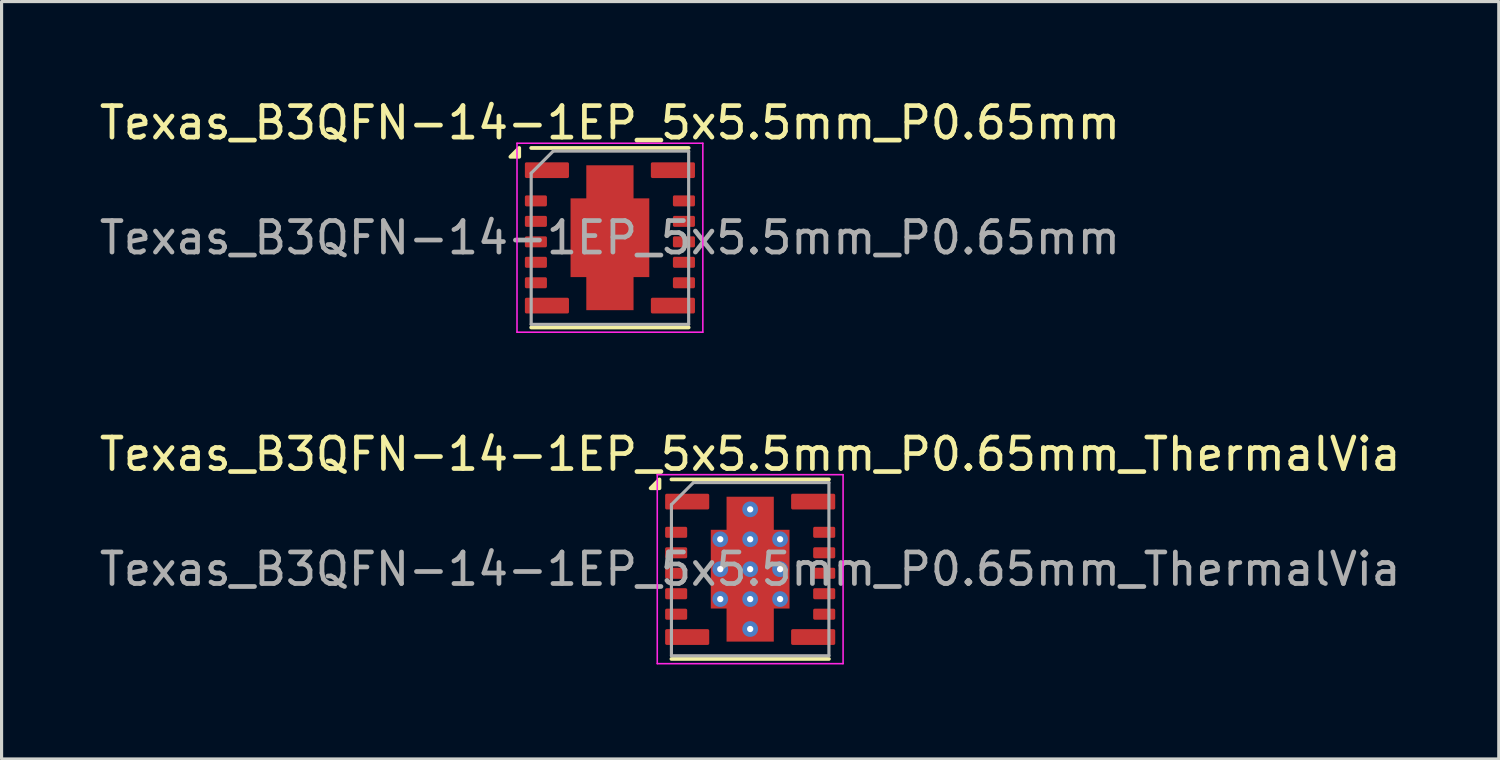
<source format=kicad_pcb>
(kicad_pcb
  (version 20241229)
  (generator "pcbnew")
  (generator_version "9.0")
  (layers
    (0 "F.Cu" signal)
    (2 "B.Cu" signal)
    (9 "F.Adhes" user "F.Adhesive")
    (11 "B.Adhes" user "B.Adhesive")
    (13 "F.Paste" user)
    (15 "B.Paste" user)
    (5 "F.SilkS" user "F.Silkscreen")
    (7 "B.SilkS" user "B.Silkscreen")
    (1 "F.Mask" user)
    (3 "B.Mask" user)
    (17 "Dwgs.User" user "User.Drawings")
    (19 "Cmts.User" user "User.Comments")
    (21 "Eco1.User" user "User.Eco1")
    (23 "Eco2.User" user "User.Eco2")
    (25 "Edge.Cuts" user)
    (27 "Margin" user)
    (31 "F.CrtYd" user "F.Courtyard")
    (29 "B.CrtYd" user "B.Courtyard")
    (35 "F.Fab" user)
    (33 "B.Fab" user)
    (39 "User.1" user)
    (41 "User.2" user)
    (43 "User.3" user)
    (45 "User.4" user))
  (footprint "Texas_B3QFN-14-1EP_5x5.5mm_P0.65mm_ThermalVia"
    (layer "F.Cu")
    (at 20.768 15.021)
    (property "Reference" "Texas_B3QFN-14-1EP_5x5.5mm_P0.65mm_ThermalVia" (at 0 -3.65 0) (layer "F.SilkS") (effects (font (size 1 1) (thickness 0.15))))
    (attr smd)
    (fp_line (start 2.5 -2.85) (end -2.5 -2.85) (stroke (width 0.12) (type solid)) (layer "F.SilkS"))
    (fp_line (start 2.5 2.85) (end -2.5 2.85) (stroke (width 0.12) (type solid)) (layer "F.SilkS"))
    (fp_poly (pts (xy -2.88 -2.57) (xy -3.16 -2.57) (xy -2.88 -2.85) (xy -2.88 -2.57)) (stroke (width 0.12) (type solid)) (fill yes) (layer "F.SilkS"))
    (fp_line (start -2.95 -3) (end 2.95 -3) (stroke (width 0.05) (type solid)) (layer "F.CrtYd"))
    (fp_line (start -2.95 3) (end -2.95 -3) (stroke (width 0.05) (type solid)) (layer "F.CrtYd"))
    (fp_line (start 2.95 -3) (end 2.95 3) (stroke (width 0.05) (type solid)) (layer "F.CrtYd"))
    (fp_line (start 2.95 3) (end -2.95 3) (stroke (width 0.05) (type solid)) (layer "F.CrtYd"))
    (fp_line (start -2.5 2.75) (end -2.5 -2.05) (stroke (width 0.1) (type solid)) (layer "F.Fab"))
    (fp_line (start -1.8 -2.75) (end -2.5 -2.05) (stroke (width 0.1) (type solid)) (layer "F.Fab"))
    (fp_line (start -1.8 -2.75) (end 2.5 -2.75) (stroke (width 0.1) (type solid)) (layer "F.Fab"))
    (fp_line (start 2.5 -2.75) (end 2.5 2.75) (stroke (width 0.1) (type solid)) (layer "F.Fab"))
    (fp_line (start 2.5 2.75) (end -2.5 2.75) (stroke (width 0.1) (type solid)) (layer "F.Fab"))
    (fp_text user "${REFERENCE}" (at 0 0 0) (layer "F.Fab") (effects (font (size 1 1) (thickness 0.15))))
    (pad "" smd roundrect (at -0.625 -0.475) (size 0.95 0.65) (layers "F.Paste") (roundrect_rratio 0.077))
    (pad "" smd roundrect (at -0.625 0.475) (size 0.95 0.65) (layers "F.Paste") (roundrect_rratio 0.077))
    (pad "" smd roundrect (at -0.425 -1.675) (size 0.6 1.15) (layers "F.Paste") (roundrect_rratio 0.083))
    (pad "" smd roundrect (at -0.425 1.675) (size 0.6 1.15) (layers "F.Paste") (roundrect_rratio 0.083))
    (pad "" smd roundrect (at 0.425 -1.675) (size 0.6 1.15) (layers "F.Paste") (roundrect_rratio 0.083))
    (pad "" smd roundrect (at 0.425 1.675) (size 0.6 1.15) (layers "F.Paste") (roundrect_rratio 0.083))
    (pad "" smd roundrect (at 0.625 -0.475) (size 0.95 0.65) (layers "F.Paste") (roundrect_rratio 0.077))
    (pad "" smd roundrect (at 0.625 0.475) (size 0.95 0.65) (layers "F.Paste") (roundrect_rratio 0.077))
    (pad "1" smd roundrect (at -2 -2.145) (size 1.4 0.5) (layers "F.Cu" "F.Mask" "F.Paste") (roundrect_rratio 0.1))
    (pad "2" smd roundrect (at -2.35 -1.17) (size 0.7 0.35) (layers "F.Cu" "F.Mask" "F.Paste") (roundrect_rratio 0.143))
    (pad "3" smd roundrect (at -2.35 -0.52) (size 0.7 0.35) (layers "F.Cu" "F.Mask" "F.Paste") (roundrect_rratio 0.143))
    (pad "4" smd roundrect (at -2.35 0.13) (size 0.7 0.35) (layers "F.Cu" "F.Mask" "F.Paste") (roundrect_rratio 0.143))
    (pad "5" smd roundrect (at -2.35 0.78) (size 0.7 0.35) (layers "F.Cu" "F.Mask" "F.Paste") (roundrect_rratio 0.143))
    (pad "6" smd roundrect (at -2.35 1.43) (size 0.7 0.35) (layers "F.Cu" "F.Mask" "F.Paste") (roundrect_rratio 0.143))
    (pad "7" smd roundrect (at -2 2.155) (size 1.4 0.5) (layers "F.Cu" "F.Mask" "F.Paste") (roundrect_rratio 0.1))
    (pad "8" smd roundrect (at 2 2.155) (size 1.4 0.5) (layers "F.Cu" "F.Mask" "F.Paste") (roundrect_rratio 0.1))
    (pad "9" smd roundrect (at 2.35 1.43) (size 0.7 0.35) (layers "F.Cu" "F.Mask" "F.Paste") (roundrect_rratio 0.143))
    (pad "10" smd roundrect (at 2.35 0.78) (size 0.7 0.35) (layers "F.Cu" "F.Mask" "F.Paste") (roundrect_rratio 0.143))
    (pad "11" smd roundrect (at 2.35 0.13) (size 0.7 0.35) (layers "F.Cu" "F.Mask" "F.Paste") (roundrect_rratio 0.143))
    (pad "12" smd roundrect (at 2.35 -0.52) (size 0.7 0.35) (layers "F.Cu" "F.Mask" "F.Paste") (roundrect_rratio 0.143))
    (pad "13" smd roundrect (at 2.35 -1.17) (size 0.7 0.35) (layers "F.Cu" "F.Mask" "F.Paste") (roundrect_rratio 0.143))
    (pad "14" smd roundrect (at 2 -2.145) (size 1.4 0.5) (layers "F.Cu" "F.Mask" "F.Paste") (roundrect_rratio 0.1))
    (pad "15" thru_hole circle (at -0.95 -0.95) (size 0.5 0.5) (drill 0.2) (layers "*.Cu" "*.Mask"))
    (pad "15" thru_hole circle (at -0.95 0) (size 0.5 0.5) (drill 0.2) (layers "*.Cu" "*.Mask"))
    (pad "15" thru_hole circle (at -0.95 0.95) (size 0.5 0.5) (drill 0.2) (layers "*.Cu" "*.Mask"))
    (pad "15" thru_hole circle (at 0 -1.9) (size 0.5 0.5) (drill 0.2) (layers "*.Cu" "*.Mask"))
    (pad "15" thru_hole circle (at 0 -0.95) (size 0.5 0.5) (drill 0.2) (layers "*.Cu" "*.Mask"))
    (pad "15" thru_hole circle (at 0 0) (size 0.5 0.5) (drill 0.2) (layers "*.Cu" "*.Mask"))
    (pad "15" smd custom (at 0 0) (size 2.5 2.5) (layers "F.Cu" "F.Mask") (options (anchor rect)) (primitives (gr_poly (pts (xy 0.75 -1.25) (xy -0.75 -1.25) (xy -0.75 -2.3) (xy 0.75 -2.3)) (width 0) (fill yes)) (gr_poly (pts (xy 0.75 2.3) (xy -0.75 2.3) (xy -0.75 1.25) (xy 0.75 1.25)) (width 0) (fill yes))))
    (pad "15" thru_hole circle (at 0 0.95) (size 0.5 0.5) (drill 0.2) (layers "*.Cu" "*.Mask"))
    (pad "15" thru_hole circle (at 0 1.9) (size 0.5 0.5) (drill 0.2) (layers "*.Cu" "*.Mask"))
    (pad "15" thru_hole circle (at 0.95 -0.95) (size 0.5 0.5) (drill 0.2) (layers "*.Cu" "*.Mask"))
    (pad "15" thru_hole circle (at 0.95 0) (size 0.5 0.5) (drill 0.2) (layers "*.Cu" "*.Mask"))
    (pad "15" thru_hole circle (at 0.95 0.95) (size 0.5 0.5) (drill 0.2) (layers "*.Cu" "*.Mask")))
  (footprint "Texas_B3QFN-14-1EP_5x5.5mm_P0.65mm"
    (layer "F.Cu")
    (at 16.315 4.498)
    (property "Reference" "Texas_B3QFN-14-1EP_5x5.5mm_P0.65mm" (at 0 -3.65 0) (layer "F.SilkS") (effects (font (size 1 1) (thickness 0.15))))
    (attr smd)
    (fp_line (start 2.5 -2.85) (end -2.5 -2.85) (stroke (width 0.12) (type solid)) (layer "F.SilkS"))
    (fp_line (start 2.5 2.85) (end -2.5 2.85) (stroke (width 0.12) (type solid)) (layer "F.SilkS"))
    (fp_poly (pts (xy -2.88 -2.57) (xy -3.16 -2.57) (xy -2.88 -2.85) (xy -2.88 -2.57)) (stroke (width 0.12) (type solid)) (fill yes) (layer "F.SilkS"))
    (fp_line (start -2.95 -3) (end 2.95 -3) (stroke (width 0.05) (type solid)) (layer "F.CrtYd"))
    (fp_line (start -2.95 3) (end -2.95 -3) (stroke (width 0.05) (type solid)) (layer "F.CrtYd"))
    (fp_line (start 2.95 -3) (end 2.95 3) (stroke (width 0.05) (type solid)) (layer "F.CrtYd"))
    (fp_line (start 2.95 3) (end -2.95 3) (stroke (width 0.05) (type solid)) (layer "F.CrtYd"))
    (fp_line (start -2.5 2.75) (end -2.5 -2.05) (stroke (width 0.1) (type solid)) (layer "F.Fab"))
    (fp_line (start -1.8 -2.75) (end -2.5 -2.05) (stroke (width 0.1) (type solid)) (layer "F.Fab"))
    (fp_line (start -1.8 -2.75) (end 2.5 -2.75) (stroke (width 0.1) (type solid)) (layer "F.Fab"))
    (fp_line (start 2.5 -2.75) (end 2.5 2.75) (stroke (width 0.1) (type solid)) (layer "F.Fab"))
    (fp_line (start 2.5 2.75) (end -2.5 2.75) (stroke (width 0.1) (type solid)) (layer "F.Fab"))
    (fp_text user "${REFERENCE}" (at 0 0 0) (layer "F.Fab") (effects (font (size 1 1) (thickness 0.15))))
    (pad "1" smd roundrect (at -2 -2.145) (size 1.4 0.5) (layers "F.Cu" "F.Mask" "F.Paste") (roundrect_rratio 0.1))
    (pad "2" smd roundrect (at -2.35 -1.17) (size 0.7 0.35) (layers "F.Cu" "F.Mask" "F.Paste") (roundrect_rratio 0.143))
    (pad "3" smd roundrect (at -2.35 -0.52) (size 0.7 0.35) (layers "F.Cu" "F.Mask" "F.Paste") (roundrect_rratio 0.143))
    (pad "4" smd roundrect (at -2.35 0.13) (size 0.7 0.35) (layers "F.Cu" "F.Mask" "F.Paste") (roundrect_rratio 0.143))
    (pad "5" smd roundrect (at -2.35 0.78) (size 0.7 0.35) (layers "F.Cu" "F.Mask" "F.Paste") (roundrect_rratio 0.143))
    (pad "6" smd roundrect (at -2.35 1.43) (size 0.7 0.35) (layers "F.Cu" "F.Mask" "F.Paste") (roundrect_rratio 0.143))
    (pad "7" smd roundrect (at -2 2.155) (size 1.4 0.5) (layers "F.Cu" "F.Mask" "F.Paste") (roundrect_rratio 0.1))
    (pad "8" smd roundrect (at 2 2.155) (size 1.4 0.5) (layers "F.Cu" "F.Mask" "F.Paste") (roundrect_rratio 0.1))
    (pad "9" smd roundrect (at 2.35 1.43) (size 0.7 0.35) (layers "F.Cu" "F.Mask" "F.Paste") (roundrect_rratio 0.143))
    (pad "10" smd roundrect (at 2.35 0.78) (size 0.7 0.35) (layers "F.Cu" "F.Mask" "F.Paste") (roundrect_rratio 0.143))
    (pad "11" smd roundrect (at 2.35 0.13) (size 0.7 0.35) (layers "F.Cu" "F.Mask" "F.Paste") (roundrect_rratio 0.143))
    (pad "12" smd roundrect (at 2.35 -0.52) (size 0.7 0.35) (layers "F.Cu" "F.Mask" "F.Paste") (roundrect_rratio 0.143))
    (pad "13" smd roundrect (at 2.35 -1.17) (size 0.7 0.35) (layers "F.Cu" "F.Mask" "F.Paste") (roundrect_rratio 0.143))
    (pad "14" smd roundrect (at 2 -2.145) (size 1.4 0.5) (layers "F.Cu" "F.Mask" "F.Paste") (roundrect_rratio 0.1))
    (pad "15" smd custom (at 0 0) (size 2.5 2.5) (layers "F.Cu" "F.Mask" "F.Paste") (options (anchor rect)) (primitives (gr_poly (pts (xy 0.75 -1.25) (xy -0.75 -1.25) (xy -0.75 -2.3) (xy 0.75 -2.3)) (width 0) (fill yes)) (gr_poly (pts (xy 0.75 2.3) (xy -0.75 2.3) (xy -0.75 1.25) (xy 0.75 1.25)) (width 0) (fill yes)))))
  (gr_rect
    (start -3 -3)
    (end 44.536 21.047)
    (stroke (width 0.1) (type default))
    (fill no)
    (layer "Edge.Cuts")))
</source>
